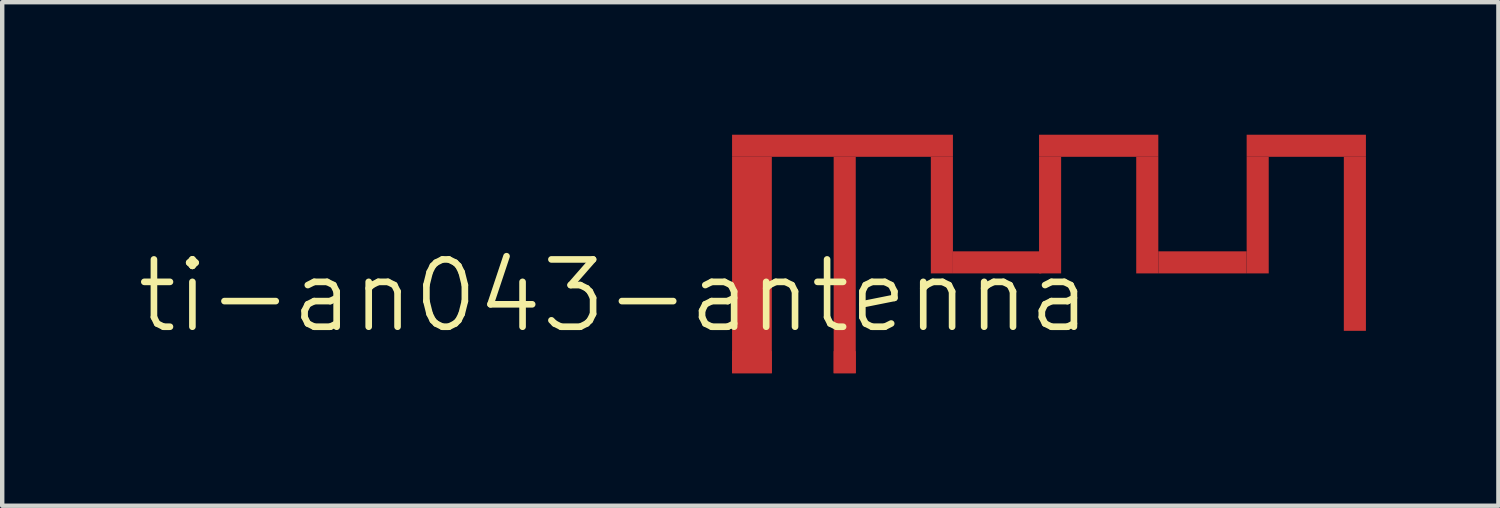
<source format=kicad_pcb>
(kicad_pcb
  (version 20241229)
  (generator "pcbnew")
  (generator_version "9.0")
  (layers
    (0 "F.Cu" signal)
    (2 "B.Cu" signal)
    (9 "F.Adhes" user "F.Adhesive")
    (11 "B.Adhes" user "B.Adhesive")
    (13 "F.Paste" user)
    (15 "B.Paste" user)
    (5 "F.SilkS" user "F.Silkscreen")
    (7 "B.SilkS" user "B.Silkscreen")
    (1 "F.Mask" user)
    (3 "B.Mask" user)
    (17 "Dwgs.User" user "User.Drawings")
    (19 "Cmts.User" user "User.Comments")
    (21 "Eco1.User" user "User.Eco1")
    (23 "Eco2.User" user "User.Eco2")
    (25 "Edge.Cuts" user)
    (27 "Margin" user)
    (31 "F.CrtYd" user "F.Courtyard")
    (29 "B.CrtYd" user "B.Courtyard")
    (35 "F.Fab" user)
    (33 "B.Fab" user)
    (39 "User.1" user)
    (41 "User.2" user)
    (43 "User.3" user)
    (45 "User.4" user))
  (footprint "ti-an043-antenna"
    (layer "F.Cu")
    (at 13.524 4.9)
    (property "Reference" "ti-an043-antenna" (at -2.675 -1.25 0) (layer "F.SilkS") (effects (font (size 1.524 1.524) (thickness 0.15))))
    (attr through_hole)
    (fp_poly (pts (xy 0 -4.9) (xy 0 -4.4) (xy 5 -4.4) (xy 5 -4.9) (xy 0 -4.9)) (stroke (width 0) (type solid)) (fill yes) (layer "F.Cu"))
    (fp_poly (pts (xy 0 -4.4) (xy 0 0.5) (xy 0.9 0.5) (xy 0.9 -4.4) (xy 0 -4.4)) (stroke (width 0) (type solid)) (fill yes) (layer "F.Cu"))
    (fp_poly (pts (xy 2.3 -4.4) (xy 2.3 0.5) (xy 2.8 0.5) (xy 2.8 -4.4) (xy 2.3 -4.4)) (stroke (width 0) (type solid)) (fill yes) (layer "F.Cu"))
    (fp_poly (pts (xy 4.5 -4.4) (xy 4.5 -1.76) (xy 5 -1.76) (xy 5 -4.4) (xy 4.5 -4.4)) (stroke (width 0) (type solid)) (fill yes) (layer "F.Cu"))
    (fp_poly (pts (xy 5 -2.26) (xy 5 -1.76) (xy 7 -1.76) (xy 7 -2.26) (xy 5 -2.26)) (stroke (width 0) (type solid)) (fill yes) (layer "F.Cu"))
    (fp_poly (pts (xy 6.95 -4.9) (xy 6.95 -4.4) (xy 9.65 -4.4) (xy 9.65 -4.9) (xy 6.95 -4.9)) (stroke (width 0) (type solid)) (fill yes) (layer "F.Cu"))
    (fp_poly (pts (xy 6.95 -4.4) (xy 6.95 -1.76) (xy 7.45 -1.76) (xy 7.45 -4.4) (xy 6.95 -4.4)) (stroke (width 0) (type solid)) (fill yes) (layer "F.Cu"))
    (fp_poly (pts (xy 9.15 -4.4) (xy 9.15 -1.76) (xy 9.65 -1.76) (xy 9.65 -4.4) (xy 9.15 -4.4)) (stroke (width 0) (type solid)) (fill yes) (layer "F.Cu"))
    (fp_poly (pts (xy 9.65 -2.26) (xy 9.65 -1.76) (xy 11.65 -1.76) (xy 11.65 -2.26) (xy 9.65 -2.26)) (stroke (width 0) (type solid)) (fill yes) (layer "F.Cu"))
    (fp_poly (pts (xy 11.65 -4.9) (xy 11.65 -4.4) (xy 14.35 -4.4) (xy 14.35 -4.9) (xy 11.65 -4.9)) (stroke (width 0) (type solid)) (fill yes) (layer "F.Cu"))
    (fp_poly (pts (xy 11.65 -4.4) (xy 11.65 -1.76) (xy 12.15 -1.76) (xy 12.15 -4.4) (xy 11.65 -4.4)) (stroke (width 0) (type solid)) (fill yes) (layer "F.Cu"))
    (fp_poly (pts (xy 13.85 -4.4) (xy 13.85 -0.46) (xy 14.35 -0.46) (xy 14.35 -4.4) (xy 13.85 -4.4)) (stroke (width 0) (type solid)) (fill yes) (layer "F.Cu"))
    (pad "1" smd rect (at 0.45 0.25) (size 0.9 0.5) (layers "F.Cu" "F.Mask" "F.Paste"))
    (pad "2" smd rect (at 2.55 0.25) (size 0.5 0.5) (layers "F.Cu" "F.Mask" "F.Paste")))
  (gr_rect
    (start -3 -3)
    (end 30.874 8.4)
    (stroke (width 0.1) (type default))
    (fill no)
    (layer "Edge.Cuts")))
</source>
